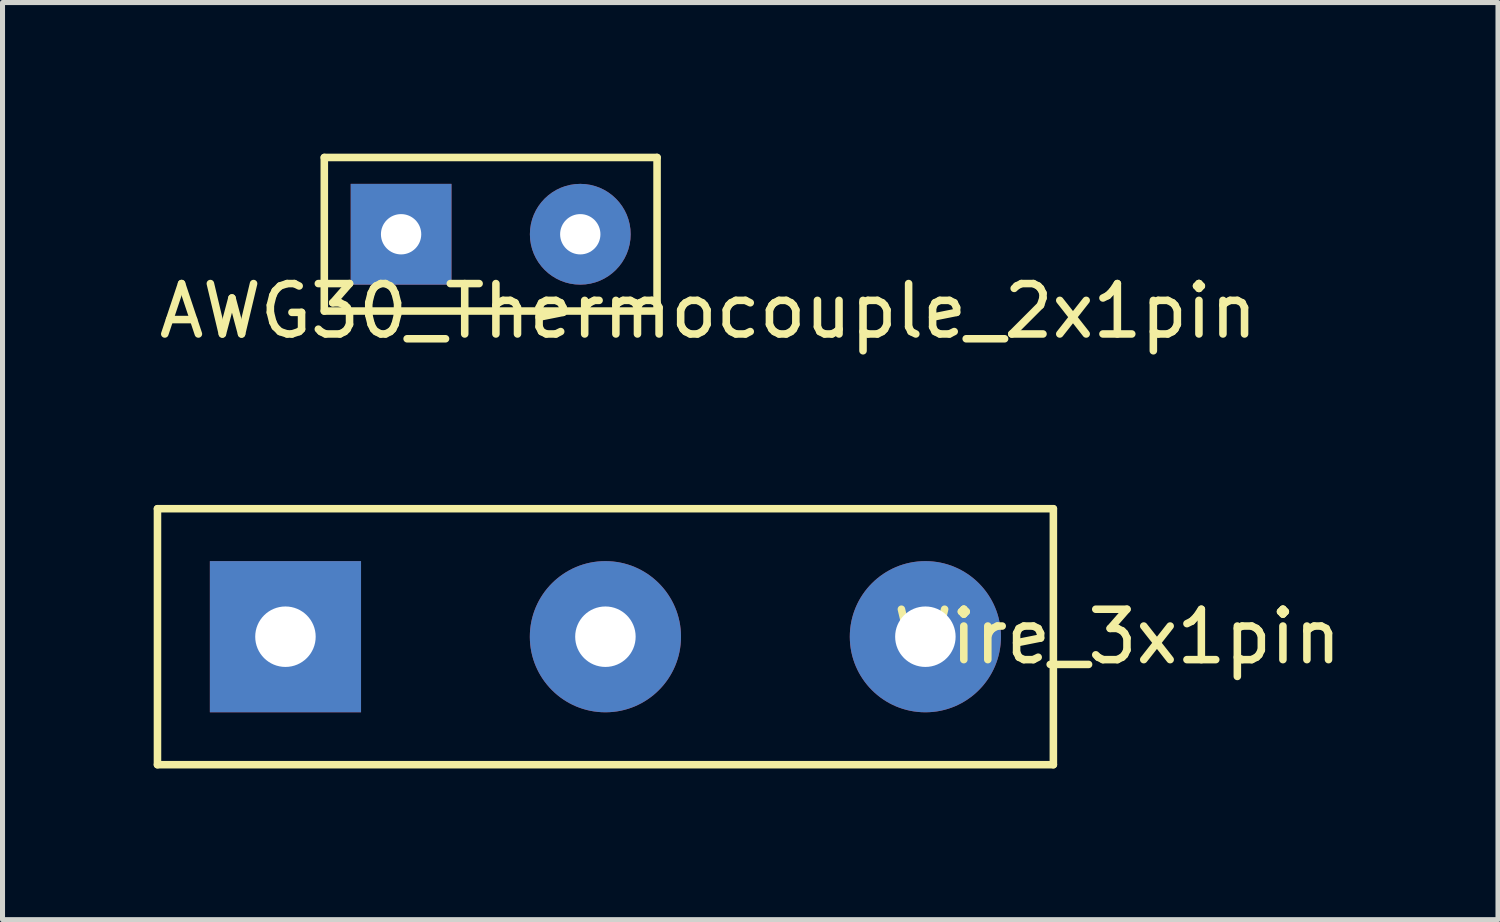
<source format=kicad_pcb>
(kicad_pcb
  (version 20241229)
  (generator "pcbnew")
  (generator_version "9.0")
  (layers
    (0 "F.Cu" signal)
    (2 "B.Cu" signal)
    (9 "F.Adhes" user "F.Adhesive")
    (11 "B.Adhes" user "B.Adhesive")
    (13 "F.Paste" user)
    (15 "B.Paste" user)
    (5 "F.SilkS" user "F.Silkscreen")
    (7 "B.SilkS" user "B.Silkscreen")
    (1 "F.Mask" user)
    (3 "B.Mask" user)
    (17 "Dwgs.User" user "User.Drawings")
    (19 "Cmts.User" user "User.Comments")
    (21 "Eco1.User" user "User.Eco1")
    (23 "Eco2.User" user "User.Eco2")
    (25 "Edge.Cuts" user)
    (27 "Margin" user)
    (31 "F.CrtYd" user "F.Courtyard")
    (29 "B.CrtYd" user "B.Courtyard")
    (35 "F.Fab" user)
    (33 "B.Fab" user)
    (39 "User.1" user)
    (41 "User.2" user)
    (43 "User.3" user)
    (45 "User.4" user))
  (footprint "Wire_3x1pin"
    (layer "F.Cu")
    (at 2.615 9.586)
    (property "Reference" "Wire_3x1pin" (at 16.51 0 0) (layer "F.SilkS") (effects (font (size 1 1) (thickness 0.15))))
    (attr through_hole)
    (fp_line (start -2.54 -2.54) (end 15.24 -2.54) (stroke (width 0.15) (type solid)) (layer "F.SilkS"))
    (fp_line (start -2.54 2.54) (end -2.54 -2.54) (stroke (width 0.15) (type solid)) (layer "F.SilkS"))
    (fp_line (start 15.24 -2.54) (end 15.24 2.54) (stroke (width 0.15) (type solid)) (layer "F.SilkS"))
    (fp_line (start 15.24 2.54) (end -2.54 2.54) (stroke (width 0.15) (type solid)) (layer "F.SilkS"))
    (pad "1" thru_hole rect (at 0 0) (size 3 3) (drill 1.2) (layers "*.Cu" "*.Mask"))
    (pad "2" thru_hole circle (at 6.35 0) (size 3 3) (drill 1.2) (layers "*.Cu" "*.Mask"))
    (pad "3" thru_hole circle (at 12.7 0) (size 3 3) (drill 1.2) (layers "*.Cu" "*.Mask")))
  (footprint "AWG30_Thermocouple_2x1pin"
    (layer "F.Cu")
    (at 4.91 1.599)
    (property "Reference" "AWG30_Thermocouple_2x1pin" (at 6.096 1.524 0) (layer "F.SilkS") (effects (font (size 1 1) (thickness 0.15))))
    (attr through_hole)
    (fp_line (start -1.524 -1.524) (end 5.08 -1.524) (stroke (width 0.15) (type solid)) (layer "F.SilkS"))
    (fp_line (start -1.524 1.524) (end -1.524 -1.524) (stroke (width 0.15) (type solid)) (layer "F.SilkS"))
    (fp_line (start 5.08 -1.524) (end 5.08 1.524) (stroke (width 0.15) (type solid)) (layer "F.SilkS"))
    (fp_line (start 5.08 1.524) (end -1.524 1.524) (stroke (width 0.15) (type solid)) (layer "F.SilkS"))
    (pad "1" thru_hole rect (at 0 0) (size 2 2) (drill 0.8) (layers "*.Cu" "*.Mask"))
    (pad "2" thru_hole circle (at 3.556 0) (size 2 2) (drill 0.8) (layers "*.Cu" "*.Mask")))
  (gr_rect
    (start -3 -3)
    (end 26.679 15.201)
    (stroke (width 0.1) (type default))
    (fill no)
    (layer "Edge.Cuts")))
</source>
